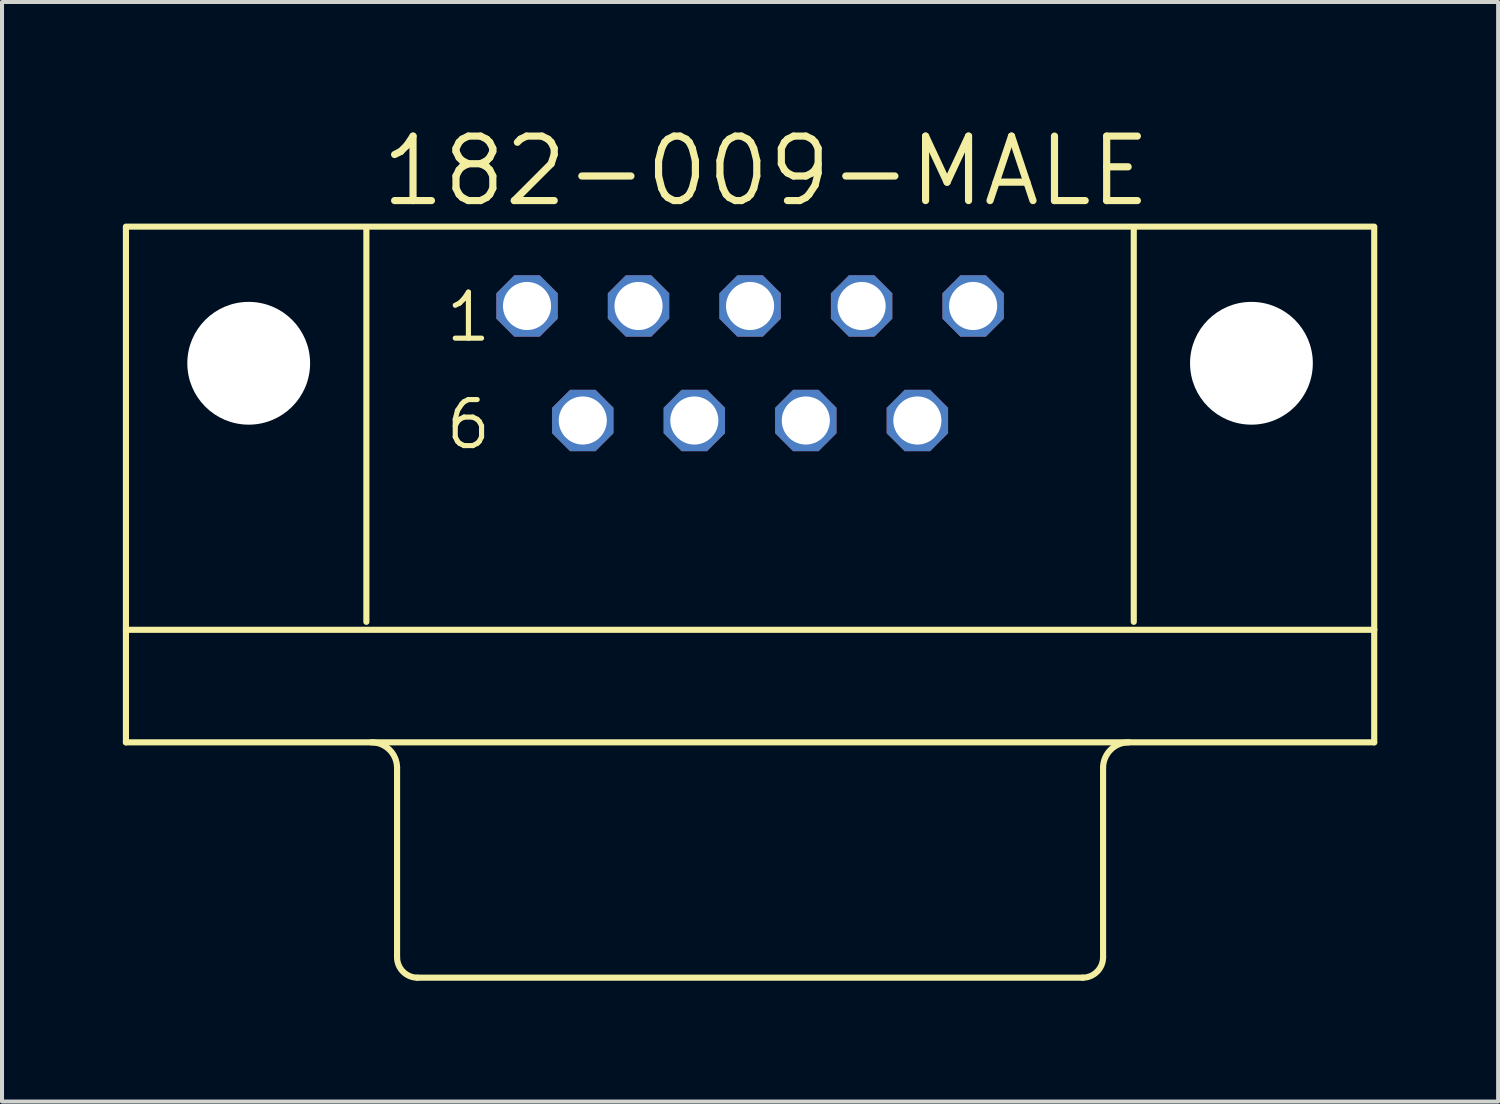
<source format=kicad_pcb>
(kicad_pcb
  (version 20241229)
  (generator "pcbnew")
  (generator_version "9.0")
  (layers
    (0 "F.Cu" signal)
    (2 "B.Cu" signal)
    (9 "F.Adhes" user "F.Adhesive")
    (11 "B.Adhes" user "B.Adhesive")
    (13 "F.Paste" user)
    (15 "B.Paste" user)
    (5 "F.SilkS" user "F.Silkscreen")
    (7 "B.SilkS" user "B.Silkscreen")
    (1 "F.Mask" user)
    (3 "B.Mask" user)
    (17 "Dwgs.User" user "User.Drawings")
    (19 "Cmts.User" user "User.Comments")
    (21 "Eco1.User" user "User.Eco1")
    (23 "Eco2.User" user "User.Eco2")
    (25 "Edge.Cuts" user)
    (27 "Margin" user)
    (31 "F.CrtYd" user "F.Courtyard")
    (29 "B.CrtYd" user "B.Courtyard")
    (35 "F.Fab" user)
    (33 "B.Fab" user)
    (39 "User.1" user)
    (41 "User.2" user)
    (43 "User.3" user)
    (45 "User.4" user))
  (footprint "182-009-MALE"
    (layer "F.Cu")
    (at 15.57 15.469)
    (property "Reference" "182-009-MALE" (at -9.246 -13.335 0) (layer "F.SilkS") (effects (font (size 1.6 1.6) (thickness 0.178)) (justify left bottom)))
    (fp_line (start -15.494 -12.875) (end -15.494 -0.091) (stroke (width 0.152) (type solid)) (layer "F.SilkS"))
    (fp_line (start -9.525 -12.875) (end -9.525 -3.082) (stroke (width 0.152) (type solid)) (layer "F.SilkS"))
    (fp_line (start -8.763 0.544) (end -8.763 5.243) (stroke (width 0.152) (type solid)) (layer "F.SilkS"))
    (fp_line (start 8.255 5.751) (end -8.255 5.751) (stroke (width 0.152) (type solid)) (layer "F.SilkS"))
    (fp_line (start 8.763 0.544) (end 8.763 5.243) (stroke (width 0.152) (type solid)) (layer "F.SilkS"))
    (fp_line (start 9.525 -3.082) (end 9.525 -12.875) (stroke (width 0.152) (type solid)) (layer "F.SilkS"))
    (fp_line (start 15.494 -12.893) (end -15.494 -12.893) (stroke (width 0.152) (type solid)) (layer "F.SilkS"))
    (fp_line (start 15.494 -12.875) (end 15.494 -2.885) (stroke (width 0.152) (type solid)) (layer "F.SilkS"))
    (fp_line (start 15.494 -2.885) (end -15.494 -2.885) (stroke (width 0.152) (type solid)) (layer "F.SilkS"))
    (fp_line (start 15.494 -2.885) (end 15.494 -0.091) (stroke (width 0.152) (type solid)) (layer "F.SilkS"))
    (fp_line (start 15.494 -0.091) (end -15.494 -0.091) (stroke (width 0.152) (type solid)) (layer "F.SilkS"))
    (fp_arc (start -9.398 -0.091) (mid -8.948987 0.094987) (end -8.763 0.544) (stroke (width 0.1524) (type solid)) (layer "F.SilkS"))
    (fp_arc (start -8.255 5.751) (mid -8.61421 5.60221) (end -8.763 5.243) (stroke (width 0.1524) (type solid)) (layer "F.SilkS"))
    (fp_arc (start 8.763 0.544) (mid 8.948987 0.094987) (end 9.398 -0.091) (stroke (width 0.1524) (type solid)) (layer "F.SilkS"))
    (fp_arc (start 8.763 5.243) (mid 8.61421 5.60221) (end 8.255 5.751) (stroke (width 0.1524) (type solid)) (layer "F.SilkS"))
    (fp_text user "6" (at -7.62 -7.311 0) (layer "F.SilkS") (effects (font (size 1.143 1.143) (thickness 0.127)) (justify left bottom)))
    (fp_text user "1" (at -7.62 -9.978 0) (layer "F.SilkS") (effects (font (size 1.143 1.143) (thickness 0.127)) (justify left bottom)))
    (pad "" np_thru_hole circle (at -12.446 -9.501) (size 3.048 3.048) (drill 3.048) (layers "*.Cu" "*.Mask"))
    (pad "" np_thru_hole circle (at 12.446 -9.501) (size 3.048 3.048) (drill 3.048) (layers "*.Cu" "*.Mask"))
    (pad "1" thru_hole roundrect (at -5.537 -10.923) (size 1.524 1.524) (drill 1.194) (layers "*.Cu" "*.Mask") (roundrect_rratio 0.25) (chamfer_ratio 0.293) (chamfer top_left top_right bottom_left bottom_right))
    (pad "2" thru_hole roundrect (at -2.769 -10.923) (size 1.524 1.524) (drill 1.194) (layers "*.Cu" "*.Mask") (roundrect_rratio 0.25) (chamfer_ratio 0.293) (chamfer top_left top_right bottom_left bottom_right))
    (pad "3" thru_hole roundrect (at 0 -10.923) (size 1.524 1.524) (drill 1.194) (layers "*.Cu" "*.Mask") (roundrect_rratio 0.25) (chamfer_ratio 0.293) (chamfer top_left top_right bottom_left bottom_right))
    (pad "4" thru_hole roundrect (at 2.769 -10.923) (size 1.524 1.524) (drill 1.194) (layers "*.Cu" "*.Mask") (roundrect_rratio 0.25) (chamfer_ratio 0.293) (chamfer top_left top_right bottom_left bottom_right))
    (pad "5" thru_hole roundrect (at 5.537 -10.923) (size 1.524 1.524) (drill 1.194) (layers "*.Cu" "*.Mask") (roundrect_rratio 0.25) (chamfer_ratio 0.293) (chamfer top_left top_right bottom_left bottom_right))
    (pad "6" thru_hole roundrect (at -4.153 -8.08) (size 1.524 1.524) (drill 1.194) (layers "*.Cu" "*.Mask") (roundrect_rratio 0.25) (chamfer_ratio 0.293) (chamfer top_left top_right bottom_left bottom_right))
    (pad "7" thru_hole roundrect (at -1.384 -8.08) (size 1.524 1.524) (drill 1.194) (layers "*.Cu" "*.Mask") (roundrect_rratio 0.25) (chamfer_ratio 0.293) (chamfer top_left top_right bottom_left bottom_right))
    (pad "8" thru_hole roundrect (at 1.384 -8.08) (size 1.524 1.524) (drill 1.194) (layers "*.Cu" "*.Mask") (roundrect_rratio 0.25) (chamfer_ratio 0.293) (chamfer top_left top_right bottom_left bottom_right))
    (pad "9" thru_hole roundrect (at 4.153 -8.08) (size 1.524 1.524) (drill 1.194) (layers "*.Cu" "*.Mask") (roundrect_rratio 0.25) (chamfer_ratio 0.293) (chamfer top_left top_right bottom_left bottom_right)))
  (gr_rect
    (start -3 -3)
    (end 34.14 24.296)
    (stroke (width 0.1) (type default))
    (fill no)
    (layer "Edge.Cuts")))
</source>
